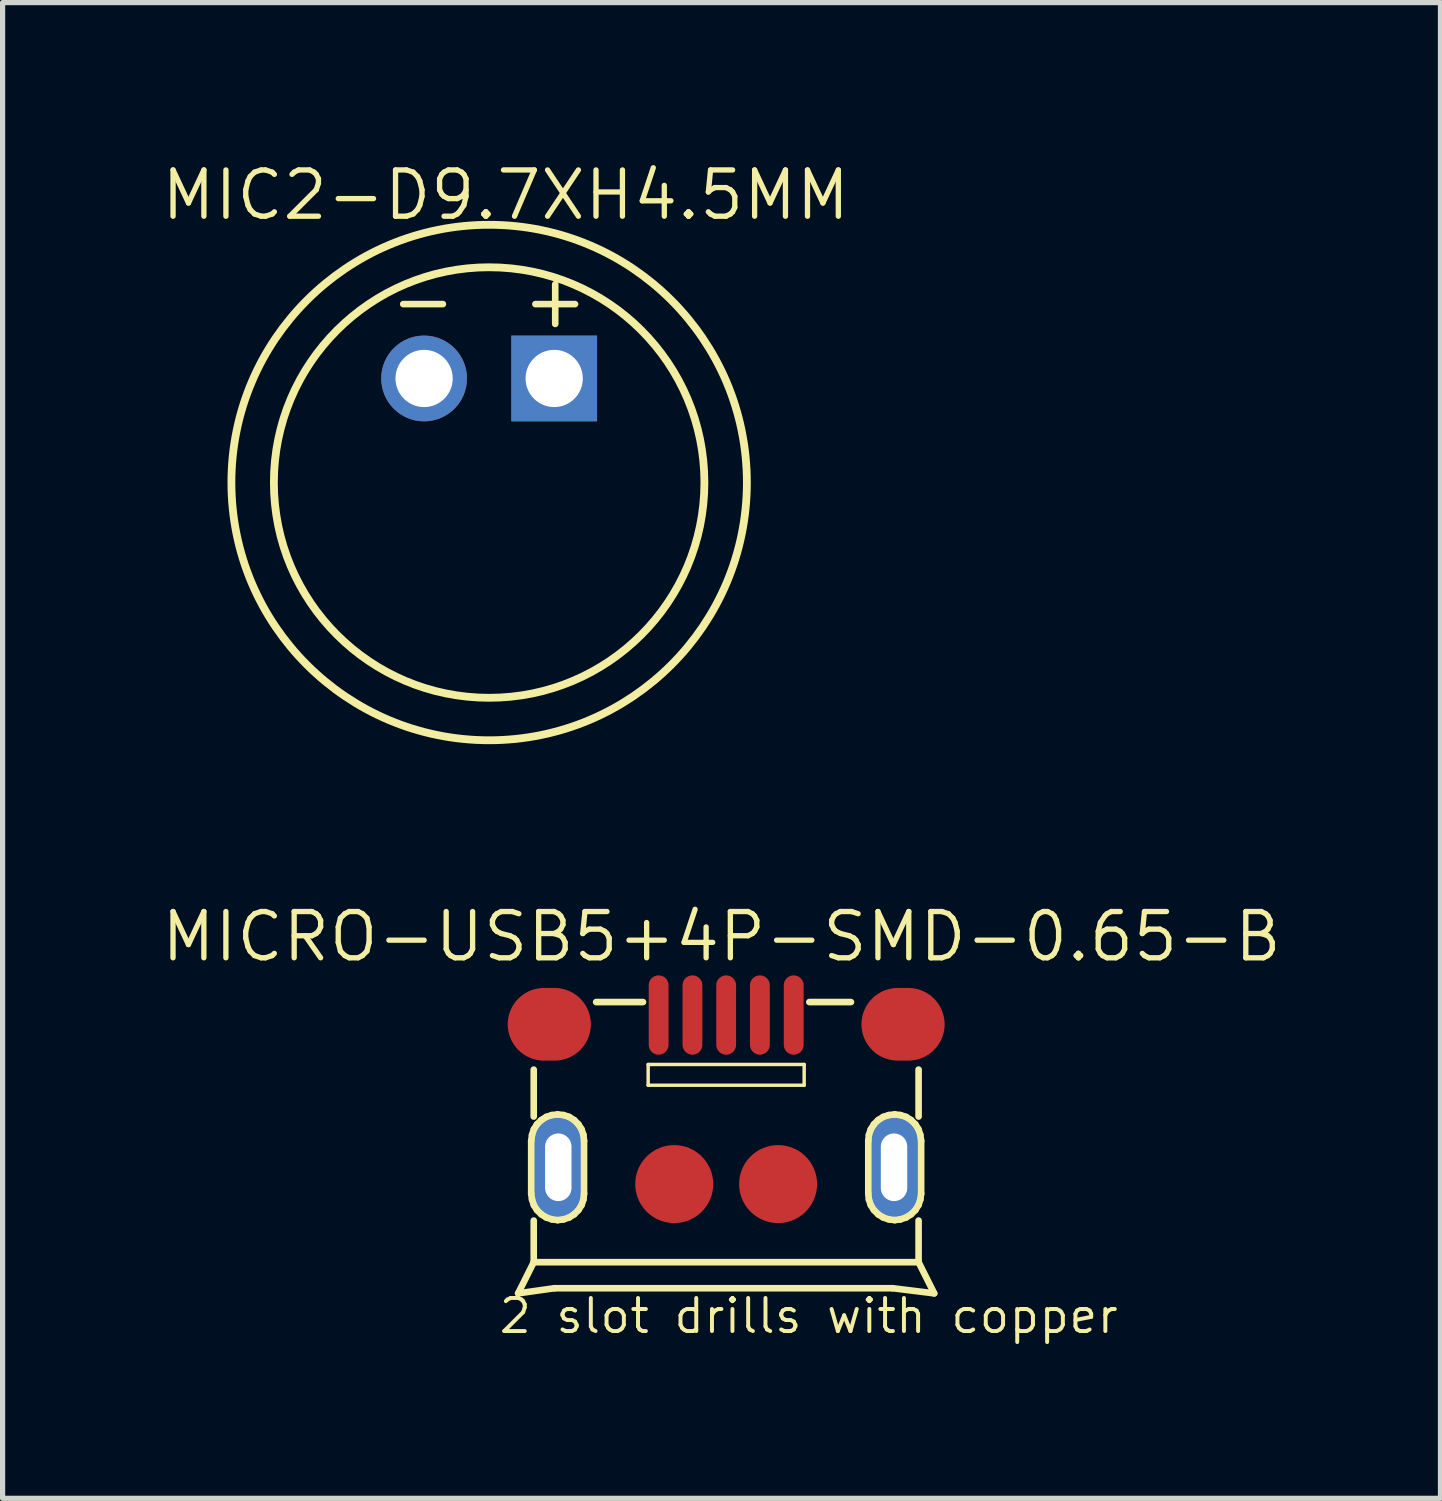
<source format=kicad_pcb>
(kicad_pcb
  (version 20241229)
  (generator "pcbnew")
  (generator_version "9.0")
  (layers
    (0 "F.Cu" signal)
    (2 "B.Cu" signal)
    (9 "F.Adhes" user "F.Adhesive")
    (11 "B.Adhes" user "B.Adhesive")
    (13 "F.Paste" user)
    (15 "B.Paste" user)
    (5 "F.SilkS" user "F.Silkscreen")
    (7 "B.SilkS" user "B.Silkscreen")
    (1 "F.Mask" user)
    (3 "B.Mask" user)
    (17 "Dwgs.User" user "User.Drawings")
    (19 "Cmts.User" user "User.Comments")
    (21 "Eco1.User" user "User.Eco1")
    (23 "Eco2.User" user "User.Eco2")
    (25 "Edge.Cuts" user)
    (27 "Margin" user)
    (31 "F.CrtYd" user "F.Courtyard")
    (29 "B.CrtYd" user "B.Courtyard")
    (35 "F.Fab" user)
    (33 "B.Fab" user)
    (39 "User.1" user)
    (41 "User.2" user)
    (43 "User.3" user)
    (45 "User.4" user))
  (footprint "MIC2-D9.7XH4.5MM"
    (layer "F.Cu")
    (at 6.35 6.223)
    (property "Reference" "MIC2-D9.7XH4.5MM" (at 0.318 -5.524 0) (layer "F.SilkS") (effects (font (size 0.889 0.889) (thickness 0.102))))
    (attr exclude_from_pos_files exclude_from_bom)
    (fp_line (start -1.651 -3.429) (end -0.889 -3.429) (stroke (width 0.127) (type solid)) (layer "F.SilkS"))
    (fp_line (start 0.889 -3.429) (end 1.651 -3.429) (stroke (width 0.127) (type solid)) (layer "F.SilkS"))
    (fp_line (start 1.27 -3.81) (end 1.27 -3.048) (stroke (width 0.127) (type solid)) (layer "F.SilkS"))
    (fp_circle (center 0 0) (end 3.937 1.27) (stroke (width 0.15) (type solid)) (fill no) (layer "F.SilkS"))
    (fp_circle (center 0 0) (end 4.953 0) (stroke (width 0.15) (type solid)) (fill no) (layer "F.SilkS"))
    (pad "+" thru_hole rect (at 1.25 -2) (size 1.648 1.648) (drill 1.1) (layers "*.Cu" "*.Paste" "*.Mask"))
    (pad "-" thru_hole circle (at -1.25 -2) (size 1.648 1.648) (drill 1.1) (layers "*.Cu" "*.Paste" "*.Mask")))
  (footprint "MICRO-USB5+4P-SMD-0.65-B"
    (layer "F.Cu")
    (at 10.905 16.207)
    (property "Reference" "MICRO-USB5+4P-SMD-0.65-B" (at -0.089 -1.257 0) (layer "F.SilkS") (effects (font (size 0.889 0.889) (thickness 0.102))))
    (attr smd)
    (fp_line (start -3.747 2.667) (end -3.731 2.553) (stroke (width 0.127) (type solid)) (layer "F.SilkS"))
    (fp_line (start -3.747 3.683) (end -3.747 2.667) (stroke (width 0.127) (type solid)) (layer "F.SilkS"))
    (fp_line (start -3.731 2.553) (end -3.696 2.446) (stroke (width 0.127) (type solid)) (layer "F.SilkS"))
    (fp_line (start -3.731 3.795) (end -3.747 3.683) (stroke (width 0.127) (type solid)) (layer "F.SilkS"))
    (fp_line (start -3.698 2.2) (end -3.698 1.298) (stroke (width 0.127) (type solid)) (layer "F.SilkS"))
    (fp_line (start -3.698 4.999) (end -3.998 5.598) (stroke (width 0.127) (type solid)) (layer "F.SilkS"))
    (fp_line (start -3.698 4.999) (end -3.698 4.199) (stroke (width 0.127) (type solid)) (layer "F.SilkS"))
    (fp_line (start -3.698 4.999) (end 3.698 4.999) (stroke (width 0.127) (type solid)) (layer "F.SilkS"))
    (fp_line (start -3.696 2.446) (end -3.635 2.349) (stroke (width 0.127) (type solid)) (layer "F.SilkS"))
    (fp_line (start -3.696 3.901) (end -3.731 3.795) (stroke (width 0.127) (type solid)) (layer "F.SilkS"))
    (fp_line (start -3.635 2.349) (end -3.553 2.268) (stroke (width 0.127) (type solid)) (layer "F.SilkS"))
    (fp_line (start -3.635 3.998) (end -3.696 3.901) (stroke (width 0.127) (type solid)) (layer "F.SilkS"))
    (fp_line (start -3.553 2.268) (end -3.457 2.207) (stroke (width 0.127) (type solid)) (layer "F.SilkS"))
    (fp_line (start -3.553 4.079) (end -3.635 3.998) (stroke (width 0.127) (type solid)) (layer "F.SilkS"))
    (fp_line (start -3.457 2.207) (end -3.35 2.172) (stroke (width 0.127) (type solid)) (layer "F.SilkS"))
    (fp_line (start -3.457 4.14) (end -3.553 4.079) (stroke (width 0.127) (type solid)) (layer "F.SilkS"))
    (fp_line (start -3.35 2.172) (end -3.239 2.159) (stroke (width 0.127) (type solid)) (layer "F.SilkS"))
    (fp_line (start -3.35 4.176) (end -3.457 4.14) (stroke (width 0.127) (type solid)) (layer "F.SilkS"))
    (fp_line (start -3.299 5.499) (end -3.998 5.598) (stroke (width 0.127) (type solid)) (layer "F.SilkS"))
    (fp_line (start -3.299 5.499) (end 3.198 5.499) (stroke (width 0.127) (type solid)) (layer "F.SilkS"))
    (fp_line (start -3.239 2.159) (end -3.124 2.172) (stroke (width 0.127) (type solid)) (layer "F.SilkS"))
    (fp_line (start -3.239 4.191) (end -3.35 4.176) (stroke (width 0.127) (type solid)) (layer "F.SilkS"))
    (fp_line (start -3.124 2.172) (end -3.018 2.207) (stroke (width 0.127) (type solid)) (layer "F.SilkS"))
    (fp_line (start -3.124 4.176) (end -3.239 4.191) (stroke (width 0.127) (type solid)) (layer "F.SilkS"))
    (fp_line (start -3.018 2.207) (end -2.921 2.268) (stroke (width 0.127) (type solid)) (layer "F.SilkS"))
    (fp_line (start -3.018 4.14) (end -3.124 4.176) (stroke (width 0.127) (type solid)) (layer "F.SilkS"))
    (fp_line (start -2.921 2.268) (end -2.84 2.349) (stroke (width 0.127) (type solid)) (layer "F.SilkS"))
    (fp_line (start -2.921 4.079) (end -3.018 4.14) (stroke (width 0.127) (type solid)) (layer "F.SilkS"))
    (fp_line (start -2.84 2.349) (end -2.779 2.446) (stroke (width 0.127) (type solid)) (layer "F.SilkS"))
    (fp_line (start -2.84 3.998) (end -2.921 4.079) (stroke (width 0.127) (type solid)) (layer "F.SilkS"))
    (fp_line (start -2.779 2.446) (end -2.743 2.553) (stroke (width 0.127) (type solid)) (layer "F.SilkS"))
    (fp_line (start -2.779 3.901) (end -2.84 3.998) (stroke (width 0.127) (type solid)) (layer "F.SilkS"))
    (fp_line (start -2.743 2.553) (end -2.731 2.667) (stroke (width 0.127) (type solid)) (layer "F.SilkS"))
    (fp_line (start -2.743 3.795) (end -2.779 3.901) (stroke (width 0.127) (type solid)) (layer "F.SilkS"))
    (fp_line (start -2.731 2.667) (end -2.731 3.683) (stroke (width 0.127) (type solid)) (layer "F.SilkS"))
    (fp_line (start -2.731 3.683) (end -2.743 3.795) (stroke (width 0.127) (type solid)) (layer "F.SilkS"))
    (fp_line (start -2.499 0) (end -1.598 0) (stroke (width 0.127) (type solid)) (layer "F.SilkS"))
    (fp_line (start -1.499 1.199) (end 1.499 1.199) (stroke (width 0.066) (type solid)) (layer "F.SilkS"))
    (fp_line (start -1.499 1.598) (end -1.499 1.199) (stroke (width 0.066) (type solid)) (layer "F.SilkS"))
    (fp_line (start -1.499 1.598) (end 1.499 1.598) (stroke (width 0.066) (type solid)) (layer "F.SilkS"))
    (fp_line (start 1.499 1.598) (end 1.499 1.199) (stroke (width 0.066) (type solid)) (layer "F.SilkS"))
    (fp_line (start 1.598 0) (end 2.398 0) (stroke (width 0.127) (type solid)) (layer "F.SilkS"))
    (fp_line (start 2.731 2.667) (end 2.743 2.553) (stroke (width 0.127) (type solid)) (layer "F.SilkS"))
    (fp_line (start 2.731 3.683) (end 2.731 2.667) (stroke (width 0.127) (type solid)) (layer "F.SilkS"))
    (fp_line (start 2.743 2.553) (end 2.779 2.446) (stroke (width 0.127) (type solid)) (layer "F.SilkS"))
    (fp_line (start 2.743 3.795) (end 2.731 3.683) (stroke (width 0.127) (type solid)) (layer "F.SilkS"))
    (fp_line (start 2.779 2.446) (end 2.84 2.349) (stroke (width 0.127) (type solid)) (layer "F.SilkS"))
    (fp_line (start 2.779 3.901) (end 2.743 3.795) (stroke (width 0.127) (type solid)) (layer "F.SilkS"))
    (fp_line (start 2.84 2.349) (end 2.921 2.268) (stroke (width 0.127) (type solid)) (layer "F.SilkS"))
    (fp_line (start 2.84 3.998) (end 2.779 3.901) (stroke (width 0.127) (type solid)) (layer "F.SilkS"))
    (fp_line (start 2.921 2.268) (end 3.018 2.207) (stroke (width 0.127) (type solid)) (layer "F.SilkS"))
    (fp_line (start 2.921 4.079) (end 2.84 3.998) (stroke (width 0.127) (type solid)) (layer "F.SilkS"))
    (fp_line (start 3.018 2.207) (end 3.124 2.172) (stroke (width 0.127) (type solid)) (layer "F.SilkS"))
    (fp_line (start 3.018 4.14) (end 2.921 4.079) (stroke (width 0.127) (type solid)) (layer "F.SilkS"))
    (fp_line (start 3.124 2.172) (end 3.239 2.159) (stroke (width 0.127) (type solid)) (layer "F.SilkS"))
    (fp_line (start 3.124 4.176) (end 3.018 4.14) (stroke (width 0.127) (type solid)) (layer "F.SilkS"))
    (fp_line (start 3.198 5.499) (end 3.998 5.598) (stroke (width 0.127) (type solid)) (layer "F.SilkS"))
    (fp_line (start 3.239 2.159) (end 3.35 2.172) (stroke (width 0.127) (type solid)) (layer "F.SilkS"))
    (fp_line (start 3.239 4.191) (end 3.124 4.176) (stroke (width 0.127) (type solid)) (layer "F.SilkS"))
    (fp_line (start 3.35 2.172) (end 3.457 2.207) (stroke (width 0.127) (type solid)) (layer "F.SilkS"))
    (fp_line (start 3.35 4.176) (end 3.239 4.191) (stroke (width 0.127) (type solid)) (layer "F.SilkS"))
    (fp_line (start 3.457 2.207) (end 3.553 2.268) (stroke (width 0.127) (type solid)) (layer "F.SilkS"))
    (fp_line (start 3.457 4.14) (end 3.35 4.176) (stroke (width 0.127) (type solid)) (layer "F.SilkS"))
    (fp_line (start 3.553 2.268) (end 3.635 2.349) (stroke (width 0.127) (type solid)) (layer "F.SilkS"))
    (fp_line (start 3.553 4.079) (end 3.457 4.14) (stroke (width 0.127) (type solid)) (layer "F.SilkS"))
    (fp_line (start 3.635 2.349) (end 3.696 2.446) (stroke (width 0.127) (type solid)) (layer "F.SilkS"))
    (fp_line (start 3.635 3.998) (end 3.553 4.079) (stroke (width 0.127) (type solid)) (layer "F.SilkS"))
    (fp_line (start 3.696 2.446) (end 3.731 2.553) (stroke (width 0.127) (type solid)) (layer "F.SilkS"))
    (fp_line (start 3.696 3.901) (end 3.635 3.998) (stroke (width 0.127) (type solid)) (layer "F.SilkS"))
    (fp_line (start 3.698 1.298) (end 3.698 2.2) (stroke (width 0.127) (type solid)) (layer "F.SilkS"))
    (fp_line (start 3.698 4.199) (end 3.698 4.999) (stroke (width 0.127) (type solid)) (layer "F.SilkS"))
    (fp_line (start 3.698 4.999) (end 3.998 5.598) (stroke (width 0.127) (type solid)) (layer "F.SilkS"))
    (fp_line (start 3.731 2.553) (end 3.747 2.667) (stroke (width 0.127) (type solid)) (layer "F.SilkS"))
    (fp_line (start 3.731 3.795) (end 3.696 3.901) (stroke (width 0.127) (type solid)) (layer "F.SilkS"))
    (fp_line (start 3.747 2.667) (end 3.747 3.683) (stroke (width 0.127) (type solid)) (layer "F.SilkS"))
    (fp_line (start 3.747 3.683) (end 3.731 3.795) (stroke (width 0.127) (type solid)) (layer "F.SilkS"))
    (fp_text user "2 slot drills with copper" (at 1.587 6.032 0) (layer "F.SilkS") (effects (font (size 0.635 0.635) (thickness 0.076))))
    (pad "1" smd oval (at -1.298 0.249 180) (size 0.381 1.524) (layers "F.Cu" "F.Mask" "F.Paste"))
    (pad "2" smd oval (at -0.648 0.249 180) (size 0.381 1.524) (layers "F.Cu" "F.Mask" "F.Paste"))
    (pad "3" smd oval (at 0 0.249 180) (size 0.381 1.524) (layers "F.Cu" "F.Mask" "F.Paste"))
    (pad "4" smd oval (at 0.648 0.249 180) (size 0.381 1.524) (layers "F.Cu" "F.Mask" "F.Paste"))
    (pad "5" smd oval (at 1.298 0.249 180) (size 0.381 1.524) (layers "F.Cu" "F.Mask" "F.Paste"))
    (pad "S1" smd oval (at -3.399 0.427 90) (size 1.397 1.598) (layers "F.Cu" "F.Mask" "F.Paste"))
    (pad "S2" thru_hole oval (at -3.226 3.175 180) (size 1.016 2.032) (drill oval 0.508 1.3) (layers "*.Cu" "*.Paste" "*.Mask"))
    (pad "S3" smd circle (at -0.998 3.498) (size 1.499 1.499) (layers "F.Cu" "F.Mask" "F.Paste"))
    (pad "S4" smd circle (at 0.998 3.498) (size 1.499 1.499) (layers "F.Cu" "F.Mask" "F.Paste"))
    (pad "S5" thru_hole oval (at 3.226 3.175 180) (size 1.016 2.032) (drill oval 0.508 1.3) (layers "*.Cu" "*.Paste" "*.Mask"))
    (pad "S6" smd oval (at 3.399 0.427 90) (size 1.397 1.598) (layers "F.Cu" "F.Mask" "F.Paste")))
  (gr_rect
    (start -3 -3)
    (end 24.632 25.744)
    (stroke (width 0.1) (type default))
    (fill no)
    (layer "Edge.Cuts")))
</source>
